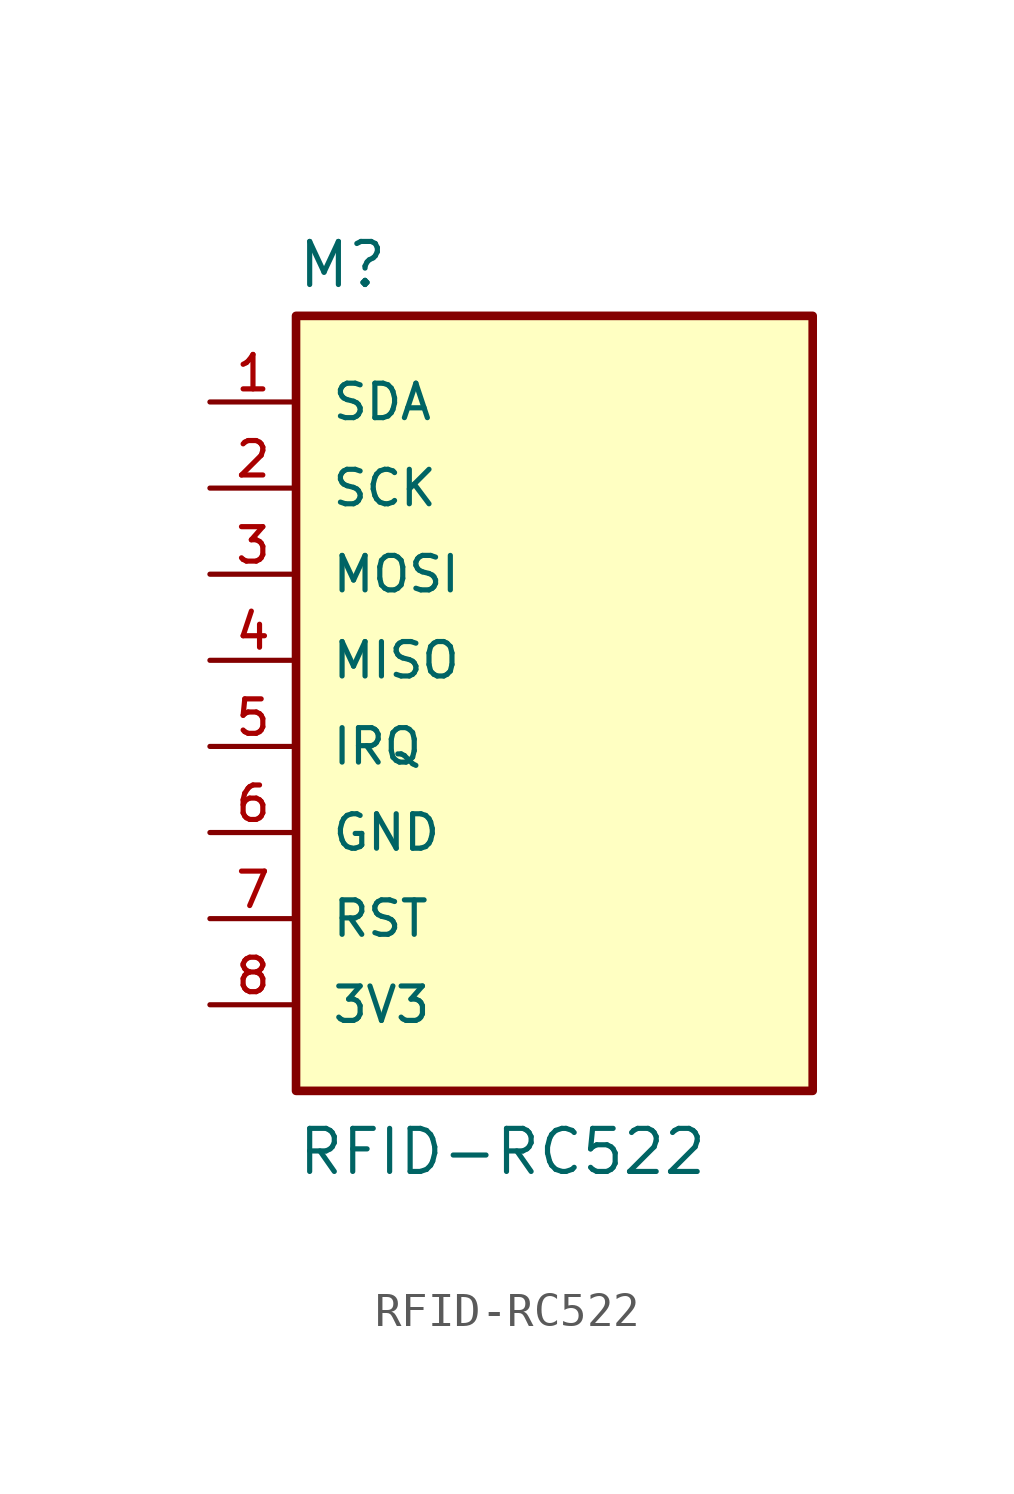
<source format=kicad_sym>
(kicad_symbol_lib
  (version 20211014)
  (generator kicad_symbol_editor)
  (symbol "RFID-RC522"
    (pin_names
      (offset 1.016))
    (property "Reference" "M"
      (at -7.62 10.922 0)
      (effects (font (size 1.27 1.27)) (justify bottom left)))
    (property "Value" "RFID-RC522"
      (at -7.62 -15.24 0)
      (effects (font (size 1.27 1.27)) (justify bottom left)))
    (symbol "RFID-RC522_0_0"
      (rectangle (start -7.62 -12.7) (end 7.62 10.16) (stroke (width 0.254)) (fill (type background)))
      (pin bidirectional line (at -10.16 2.54 0) (length 2.54) (name "MOSI" (effects (font (size 1.016 1.016)))) (number "3" (effects (font (size 1.016 1.016)))))
      (pin bidirectional line (at -10.16 5.08 0) (length 2.54) (name "SCK" (effects (font (size 1.016 1.016)))) (number "2" (effects (font (size 1.016 1.016)))))
      (pin bidirectional line (at -10.16 7.62 0) (length 2.54) (name "SDA" (effects (font (size 1.016 1.016)))) (number "1" (effects (font (size 1.016 1.016)))))
      (pin bidirectional line (at -10.16 0.0 0) (length 2.54) (name "MISO" (effects (font (size 1.016 1.016)))) (number "4" (effects (font (size 1.016 1.016)))))
      (pin bidirectional line (at -10.16 -2.54 0) (length 2.54) (name "IRQ" (effects (font (size 1.016 1.016)))) (number "5" (effects (font (size 1.016 1.016)))))
      (pin bidirectional line (at -10.16 -5.08 0) (length 2.54) (name "GND" (effects (font (size 1.016 1.016)))) (number "6" (effects (font (size 1.016 1.016)))))
      (pin bidirectional line (at -10.16 -7.62 0) (length 2.54) (name "RST" (effects (font (size 1.016 1.016)))) (number "7" (effects (font (size 1.016 1.016)))))
      (pin bidirectional line (at -10.16 -10.16 0) (length 2.54) (name "3V3" (effects (font (size 1.016 1.016)))) (number "8" (effects (font (size 1.016 1.016))))))))
</source>
